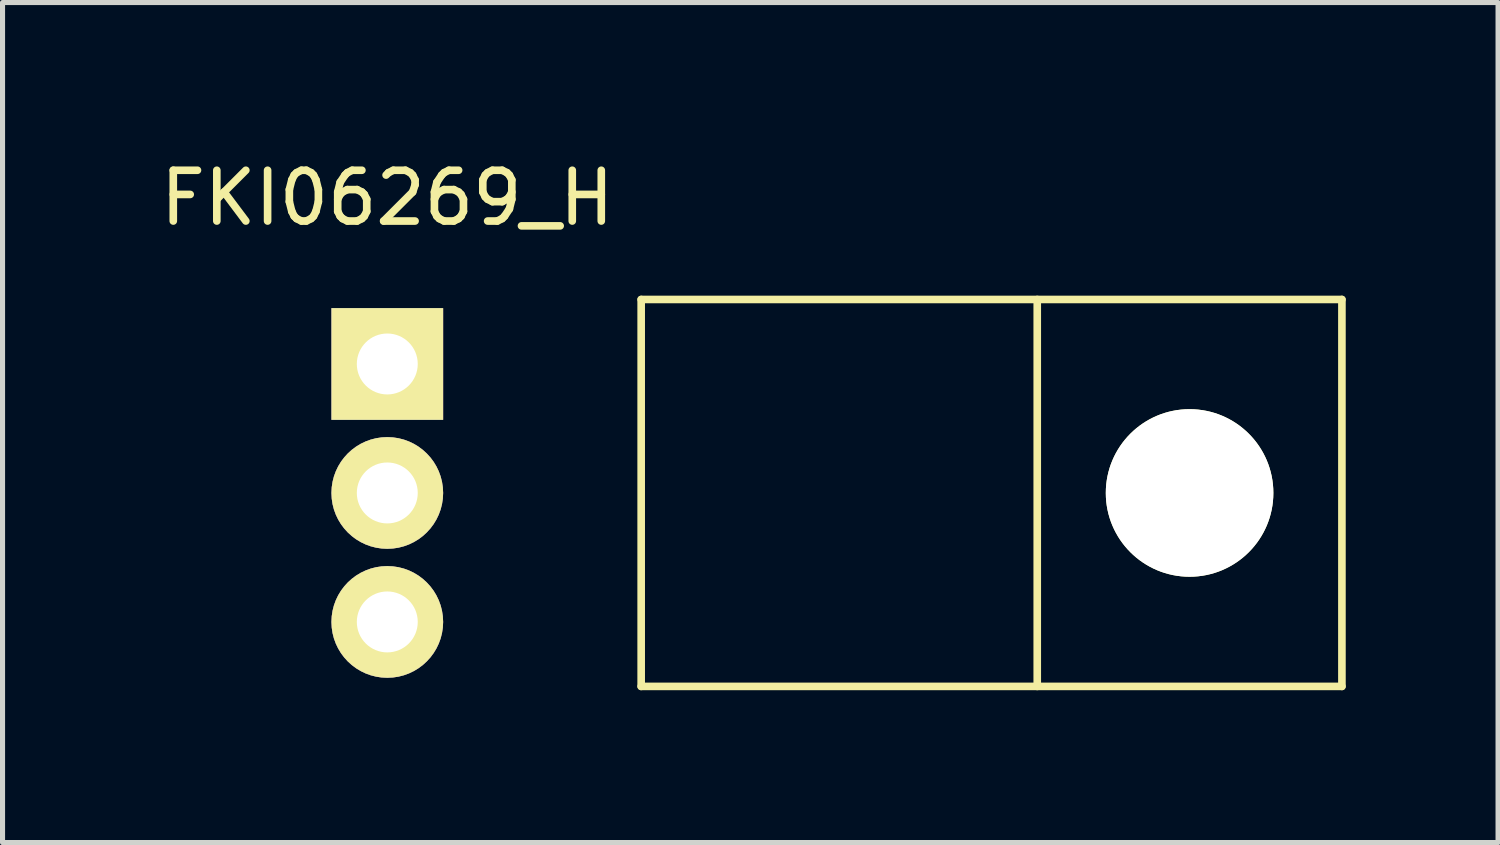
<source format=kicad_pcb>
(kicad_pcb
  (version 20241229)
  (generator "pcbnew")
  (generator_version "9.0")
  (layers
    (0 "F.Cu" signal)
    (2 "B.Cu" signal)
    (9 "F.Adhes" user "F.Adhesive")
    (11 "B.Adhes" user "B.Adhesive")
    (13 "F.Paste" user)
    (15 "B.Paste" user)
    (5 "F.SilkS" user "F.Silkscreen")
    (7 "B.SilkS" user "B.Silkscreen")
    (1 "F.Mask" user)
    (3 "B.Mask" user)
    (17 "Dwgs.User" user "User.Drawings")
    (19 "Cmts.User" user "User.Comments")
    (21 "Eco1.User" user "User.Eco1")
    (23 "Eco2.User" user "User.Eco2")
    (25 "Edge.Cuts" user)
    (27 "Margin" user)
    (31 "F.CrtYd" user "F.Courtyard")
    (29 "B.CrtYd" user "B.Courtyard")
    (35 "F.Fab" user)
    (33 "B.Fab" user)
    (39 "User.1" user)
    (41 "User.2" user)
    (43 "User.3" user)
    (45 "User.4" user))
  (footprint "FKI06269_H"
    (layer "F.Cu")
    (at 4.577 4.118)
    (property "Reference" "FKI06269_H" (at 0 -3.27 0) (layer "F.SilkS") (effects (font (size 1 1) (thickness 0.15))))
    (attr through_hole)
    (fp_line (start 5 -1.27) (end 5 6.35) (stroke (width 0.15) (type solid)) (layer "F.SilkS"))
    (fp_line (start 5 -1.27) (end 18.8 -1.27) (stroke (width 0.15) (type solid)) (layer "F.SilkS"))
    (fp_line (start 5 6.35) (end 18.8 6.35) (stroke (width 0.15) (type solid)) (layer "F.SilkS"))
    (fp_line (start 12.8 -1.27) (end 12.8 6.35) (stroke (width 0.15) (type solid)) (layer "F.SilkS"))
    (fp_line (start 18.8 -1.27) (end 18.8 6.35) (stroke (width 0.15) (type solid)) (layer "F.SilkS"))
    (pad "" np_thru_hole circle (at 15.8 2.54) (size 3.3 3.3) (drill 3.3) (layers "*.Cu" "*.Mask" "F.SilkS"))
    (pad "1" thru_hole rect (at 0 0) (size 2.2 2.2) (drill 1.2) (layers "*.Cu" "*.Mask" "F.SilkS"))
    (pad "2" thru_hole circle (at 0 2.54) (size 2.2 2.2) (drill 1.2) (layers "*.Cu" "*.Mask" "F.SilkS"))
    (pad "3" thru_hole circle (at 0 5.08) (size 2.2 2.2) (drill 1.2) (layers "*.Cu" "*.Mask" "F.SilkS")))
  (gr_rect
    (start -3 -3)
    (end 26.452 13.543)
    (stroke (width 0.1) (type default))
    (fill no)
    (layer "Edge.Cuts")))
</source>
